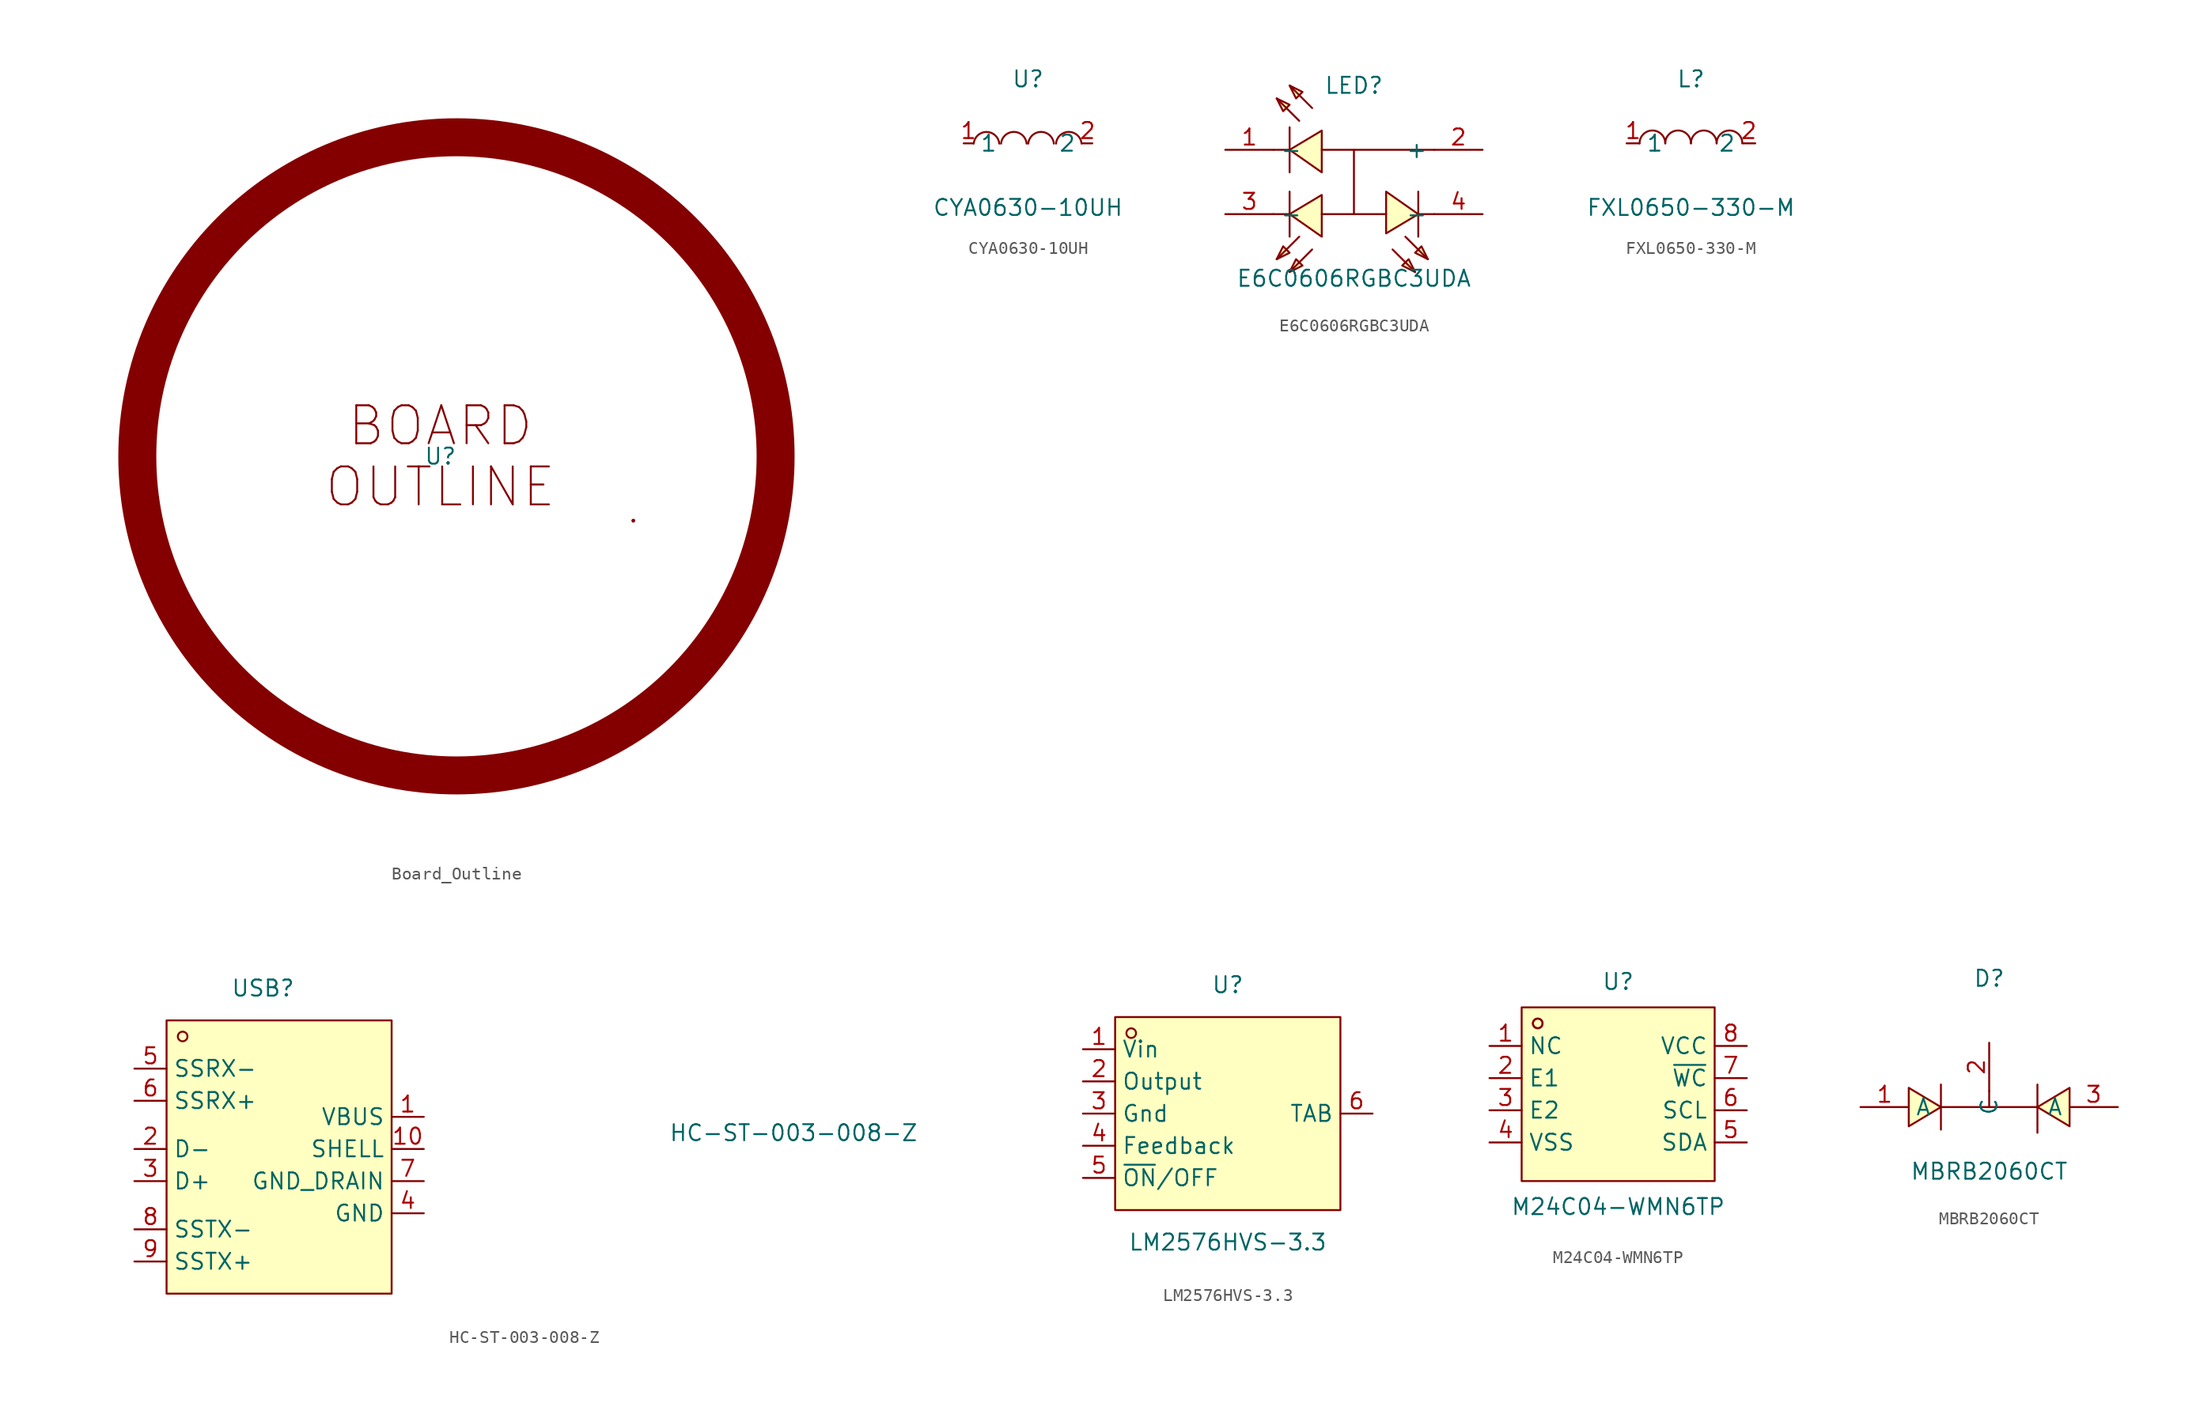
<source format=kicad_sym>
(kicad_symbol_lib
  (version 20220914)
  (generator kicad_symbol_editor)
  (symbol "Board_Outline"
    (property "Reference" "U"
      (at 0 0 0)
      (effects (font (size 1.27 1.27))))
    (property "Value" ""
      (at 0 0 0)
      (effects (font (size 1.27 1.27))))
    (symbol "Board_Outline_1_1"
      (circle (center 1.27 0) (radius 25.209) (stroke (width 3) (type default)) (fill (type none)))
      (circle (center 15.24 -5.08) (radius 0.0001) (stroke (width 0) (type default)) (fill (type none)))
      (text "BOARD\nOUTLINE" (at 0 0 0) (effects (font (size 3 3))))))
  (symbol "CYA0630-10UH"
    (property "Reference" "U"
      (at 0 5.08 0)
      (effects (font (size 1.27 1.27))))
    (property "Value" "CYA0630-10UH"
      (at 0 -5.08 0)
      (effects (font (size 1.27 1.27))))
    (symbol "CYA0630-10UH_0_1"
      (arc (start -2.27 -0.02) (mid -3.28 0.9027) (end -4.29 -0.02) (stroke (width 0) (type default)) (fill (type none)))
      (arc (start -0.11 -0.02) (mid -1.12 0.9071) (end -2.13 -0.02) (stroke (width 0) (type default)) (fill (type none)))
      (arc (start 2.04 -0.02) (mid 1.03 0.9071) (end 0.02 -0.02) (stroke (width 0) (type default)) (fill (type none)))
      (arc (start 4.23 -0.02) (mid 3.22 0.9071) (end 2.21 -0.02) (stroke (width 0) (type default)) (fill (type none)))
      (pin unspecified line (at -5.08 0 0) (length 0.762) (name "1" (effects (font (size 1.27 1.27)))) (number "1" (effects (font (size 1.27 1.27)))))
      (pin unspecified line (at 5.08 0 180) (length 0.762) (name "2" (effects (font (size 1.27 1.27)))) (number "2" (effects (font (size 1.27 1.27)))))))
  (symbol "E6C0606RGBC3UDA"
    (property "Reference" "LED"
      (at 0 7.62 0)
      (effects (font (size 1.27 1.27))))
    (property "Value" "E6C0606RGBC3UDA"
      (at 0 -7.62 0)
      (effects (font (size 1.27 1.27))))
    (symbol "E6C0606RGBC3UDA_0_1"
      (polyline (pts (xy -6.35 -2.54) (xy -5.08 -2.54)) (stroke (width 0) (type default)) (fill (type none)))
      (polyline (pts (xy -5.08 -0.76) (xy -5.08 -4.32)) (stroke (width 0) (type default)) (fill (type none)))
      (polyline (pts (xy -5.08 2.54) (xy -6.35 2.54)) (stroke (width 0) (type default)) (fill (type none)))
      (polyline (pts (xy -5.08 4.32) (xy -5.08 0.76)) (stroke (width 0) (type default)) (fill (type none)))
      (polyline (pts (xy -4.32 -4.32) (xy -6.1 -6.1)) (stroke (width 0) (type default)) (fill (type none)))
      (polyline (pts (xy -4.32 4.83) (xy -6.1 6.6)) (stroke (width 0) (type default)) (fill (type none)))
      (polyline (pts (xy -3.3 -5.33) (xy -5.08 -7.11)) (stroke (width 0) (type default)) (fill (type none)))
      (polyline (pts (xy -3.3 5.84) (xy -5.08 7.62)) (stroke (width 0) (type default)) (fill (type none)))
      (polyline (pts (xy 0 -2.54) (xy 0 2.54)) (stroke (width 0) (type default)) (fill (type none)))
      (polyline (pts (xy 2.54 -2.54) (xy -2.54 -2.54)) (stroke (width 0) (type default)) (fill (type none)))
      (polyline (pts (xy 3.05 -5.33) (xy 4.83 -7.11)) (stroke (width 0) (type default)) (fill (type none)))
      (polyline (pts (xy 4.06 -4.32) (xy 5.84 -6.1)) (stroke (width 0) (type default)) (fill (type none)))
      (polyline (pts (xy 5.08 -4.32) (xy 5.08 -0.76)) (stroke (width 0) (type default)) (fill (type none)))
      (polyline (pts (xy 6.35 -2.54) (xy 5.08 -2.54)) (stroke (width 0) (type default)) (fill (type none)))
      (polyline (pts (xy 6.35 2.54) (xy -2.54 2.54)) (stroke (width 0) (type default)) (fill (type none)))
      (polyline (pts (xy -6.1 -6.1) (xy -5.59 -5.08) (xy -5.08 -5.59) (xy -6.1 -6.1)) (stroke (width 0) (type default)) (fill (type background)))
      (polyline (pts (xy -6.1 6.6) (xy -5.08 6.1) (xy -5.59 5.59) (xy -6.1 6.6)) (stroke (width 0) (type default)) (fill (type background)))
      (polyline (pts (xy -5.08 -7.11) (xy -4.57 -6.1) (xy -4.06 -6.6) (xy -5.08 -7.11)) (stroke (width 0) (type default)) (fill (type background)))
      (polyline (pts (xy -5.08 7.62) (xy -4.06 7.11) (xy -4.57 6.6) (xy -5.08 7.62)) (stroke (width 0) (type default)) (fill (type background)))
      (polyline (pts (xy -2.54 -1.02) (xy -5.08 -2.54) (xy -2.54 -4.32) (xy -2.54 -1.02)) (stroke (width 0) (type default)) (fill (type background)))
      (polyline (pts (xy -2.54 4.06) (xy -5.08 2.54) (xy -2.54 0.76) (xy -2.54 4.06)) (stroke (width 0) (type default)) (fill (type background)))
      (polyline (pts (xy 2.54 -4.06) (xy 5.08 -2.54) (xy 2.54 -0.76) (xy 2.54 -4.06)) (stroke (width 0) (type default)) (fill (type background)))
      (polyline (pts (xy 4.83 -7.11) (xy 3.81 -6.6) (xy 4.32 -6.1) (xy 4.83 -7.11)) (stroke (width 0) (type default)) (fill (type background)))
      (polyline (pts (xy 5.84 -6.1) (xy 4.83 -5.59) (xy 5.33 -5.08) (xy 5.84 -6.1)) (stroke (width 0) (type default)) (fill (type background)))
      (pin unspecified line (at -10.16 2.54 0) (length 3.81) (name "-" (effects (font (size 1.27 1.27)))) (number "1" (effects (font (size 1.27 1.27)))))
      (pin unspecified line (at 10.16 2.54 180) (length 3.81) (name "+" (effects (font (size 1.27 1.27)))) (number "2" (effects (font (size 1.27 1.27)))))
      (pin unspecified line (at -10.16 -2.54 0) (length 3.81) (name "-" (effects (font (size 1.27 1.27)))) (number "3" (effects (font (size 1.27 1.27)))))
      (pin unspecified line (at 10.16 -2.54 180) (length 3.81) (name "-" (effects (font (size 1.27 1.27)))) (number "4" (effects (font (size 1.27 1.27)))))))
  (symbol "FXL0650-330-M"
    (property "Reference" "L"
      (at 0 5.08 0)
      (effects (font (size 1.27 1.27))))
    (property "Value" "FXL0650-330-M"
      (at 0 -5.08 0)
      (effects (font (size 1.27 1.27))))
    (symbol "FXL0650-330-M_0_1"
      (arc (start -2.03 0.01) (mid -3.055 1.013) (end -4.06 -0.01) (stroke (width 0) (type default)) (fill (type none)))
      (arc (start 0 0.01) (mid -1.025 1.013) (end -2.03 -0.01) (stroke (width 0) (type default)) (fill (type none)))
      (arc (start 2.03 0.01) (mid 1.005 1.013) (end 0 -0.01) (stroke (width 0) (type default)) (fill (type none)))
      (arc (start 4.06 0.01) (mid 3.035 1.013) (end 2.03 -0.01) (stroke (width 0) (type default)) (fill (type none)))
      (pin unspecified line (at -5.08 0 0) (length 1.016) (name "1" (effects (font (size 1.27 1.27)))) (number "1" (effects (font (size 1.27 1.27)))))
      (pin unspecified line (at 5.08 0 180) (length 1.016) (name "2" (effects (font (size 1.27 1.27)))) (number "2" (effects (font (size 1.27 1.27)))))))
  (symbol "HC-ST-003-008-Z"
    (property "Reference" "USB"
      (at 0 17.78 0)
      (effects (font (size 1.27 1.27))))
    (property "Value" "HC-ST-003-008-Z"
      (at 41.91 6.35 0)
      (effects (font (size 1.27 1.27))))
    (symbol "HC-ST-003-008-Z_0_1"
      (rectangle (start -7.62 15.24) (end 10.16 -6.35) (stroke (width 0) (type default)) (fill (type background)))
      (circle (center -6.35 13.97) (radius 0.38) (stroke (width 0) (type default)) (fill (type none)))
      (pin unspecified line (at 12.7 7.62 180) (length 2.54) (name "VBUS" (effects (font (size 1.27 1.27)))) (number "1" (effects (font (size 1.27 1.27)))))
      (pin unspecified line (at 12.7 5.08 180) (length 2.54) (name "SHELL" (effects (font (size 1.27 1.27)))) (number "10" (effects (font (size 1.27 1.27)))))
      (pin unspecified line (at -10.16 5.08 0) (length 2.54) (name "D-" (effects (font (size 1.27 1.27)))) (number "2" (effects (font (size 1.27 1.27)))))
      (pin unspecified line (at -10.16 2.54 0) (length 2.54) (name "D+" (effects (font (size 1.27 1.27)))) (number "3" (effects (font (size 1.27 1.27)))))
      (pin unspecified line (at 12.7 0 180) (length 2.54) (name "GND" (effects (font (size 1.27 1.27)))) (number "4" (effects (font (size 1.27 1.27)))))
      (pin unspecified line (at -10.16 11.43 0) (length 2.54) (name "SSRX-" (effects (font (size 1.27 1.27)))) (number "5" (effects (font (size 1.27 1.27)))))
      (pin unspecified line (at -10.16 8.89 0) (length 2.54) (name "SSRX+" (effects (font (size 1.27 1.27)))) (number "6" (effects (font (size 1.27 1.27)))))
      (pin unspecified line (at 12.7 2.54 180) (length 2.54) (name "GND_DRAIN" (effects (font (size 1.27 1.27)))) (number "7" (effects (font (size 1.27 1.27)))))
      (pin unspecified line (at -10.16 -1.27 0) (length 2.54) (name "SSTX-" (effects (font (size 1.27 1.27)))) (number "8" (effects (font (size 1.27 1.27)))))
      (pin unspecified line (at -10.16 -3.81 0) (length 2.54) (name "SSTX+" (effects (font (size 1.27 1.27)))) (number "9" (effects (font (size 1.27 1.27)))))))
  (symbol "LM2576HVS-3.3"
    (property "Reference" "U"
      (at 0 10.16 0)
      (effects (font (size 1.27 1.27))))
    (property "Value" "LM2576HVS-3.3"
      (at 0 -10.16 0)
      (effects (font (size 1.27 1.27))))
    (symbol "LM2576HVS-3.3_0_1"
      (rectangle (start -8.89 7.62) (end 8.89 -7.62) (stroke (width 0) (type default)) (fill (type background)))
      (circle (center -7.62 6.35) (radius 0.38) (stroke (width 0) (type default)) (fill (type none)))
      (pin unspecified line (at -11.43 5.08 0) (length 2.54) (name "Vin" (effects (font (size 1.27 1.27)))) (number "1" (effects (font (size 1.27 1.27)))))
      (pin unspecified line (at -11.43 2.54 0) (length 2.54) (name "Output" (effects (font (size 1.27 1.27)))) (number "2" (effects (font (size 1.27 1.27)))))
      (pin unspecified line (at -11.43 0 0) (length 2.54) (name "Gnd" (effects (font (size 1.27 1.27)))) (number "3" (effects (font (size 1.27 1.27)))))
      (pin unspecified line (at -11.43 -2.54 0) (length 2.54) (name "Feedback" (effects (font (size 1.27 1.27)))) (number "4" (effects (font (size 1.27 1.27)))))
      (pin unspecified line (at -11.43 -5.08 0) (length 2.54) (name "~{ON}/OFF" (effects (font (size 1.27 1.27)))) (number "5" (effects (font (size 1.27 1.27)))))
      (pin unspecified line (at 11.43 0 180) (length 2.54) (name "TAB" (effects (font (size 1.27 1.27)))) (number "6" (effects (font (size 1.27 1.27)))))))
  (symbol "M24C04-WMN6TP"
    (property "Reference" "U"
      (at 0 8.89 0)
      (effects (font (size 1.27 1.27))))
    (property "Value" "M24C04-WMN6TP"
      (at 0 -8.89 0)
      (effects (font (size 1.27 1.27))))
    (symbol "M24C04-WMN6TP_0_1"
      (rectangle (start -7.62 6.86) (end 7.62 -6.86) (stroke (width 0) (type default)) (fill (type background)))
      (circle (center -6.35 5.59) (radius 0.38) (stroke (width 0) (type default)) (fill (type none)))
      (circle (center -6.35 5.59) (radius 0.38) (stroke (width 0) (type default)) (fill (type none)))
      (pin unspecified line (at -10.16 3.81 0) (length 2.54) (name "NC" (effects (font (size 1.27 1.27)))) (number "1" (effects (font (size 1.27 1.27)))))
      (pin unspecified line (at -10.16 1.27 0) (length 2.54) (name "E1" (effects (font (size 1.27 1.27)))) (number "2" (effects (font (size 1.27 1.27)))))
      (pin unspecified line (at -10.16 -1.27 0) (length 2.54) (name "E2" (effects (font (size 1.27 1.27)))) (number "3" (effects (font (size 1.27 1.27)))))
      (pin unspecified line (at -10.16 -3.81 0) (length 2.54) (name "VSS" (effects (font (size 1.27 1.27)))) (number "4" (effects (font (size 1.27 1.27)))))
      (pin unspecified line (at 10.16 -3.81 180) (length 2.54) (name "SDA" (effects (font (size 1.27 1.27)))) (number "5" (effects (font (size 1.27 1.27)))))
      (pin unspecified line (at 10.16 -1.27 180) (length 2.54) (name "SCL" (effects (font (size 1.27 1.27)))) (number "6" (effects (font (size 1.27 1.27)))))
      (pin unspecified line (at 10.16 1.27 180) (length 2.54) (name "~{WC}" (effects (font (size 1.27 1.27)))) (number "7" (effects (font (size 1.27 1.27)))))
      (pin unspecified line (at 10.16 3.81 180) (length 2.54) (name "VCC" (effects (font (size 1.27 1.27)))) (number "8" (effects (font (size 1.27 1.27)))))))
  (symbol "MBRB2060CT"
    (property "Reference" "D"
      (at 0 10.16 0)
      (effects (font (size 1.27 1.27))))
    (property "Value" "MBRB2060CT"
      (at 0 -5.08 0)
      (effects (font (size 1.27 1.27))))
    (symbol "MBRB2060CT_0_1"
      (polyline (pts (xy -6.35 -1.52) (xy -3.81 0) (xy -6.35 1.52) (xy -6.35 -1.52)) (stroke (width 0) (type default)) (fill (type background)))
      (polyline (pts (xy -3.81 0) (xy 1.27 0) (xy 2.29 0) (xy 3.81 0)) (stroke (width 0) (type default)) (fill (type none)))
      (polyline (pts (xy 6.35 1.52) (xy 3.81 0) (xy 6.35 -1.52) (xy 6.35 1.52)) (stroke (width 0) (type default)) (fill (type background)))
      (polyline (pts (xy -3.81 -1.27) (xy -3.81 -1.78) (xy -3.81 -1.78) (xy -3.81 1.78) (xy -3.81 1.52) (xy -3.81 1.52)) (stroke (width 0) (type default)) (fill (type none)))
      (polyline (pts (xy 0 0.51) (xy 0 0) (xy 0 1.27) (xy 0 1.27) (xy 0 1.02) (xy 0 1.02)) (stroke (width 0) (type default)) (fill (type none)))
      (polyline (pts (xy 3.81 -1.52) (xy 3.81 -2.03) (xy 3.81 -2.03) (xy 3.81 1.78) (xy 3.81 1.78) (xy 3.81 1.27)) (stroke (width 0) (type default)) (fill (type none)))
      (pin unspecified line (at -10.16 0 0) (length 3.81) (name "A" (effects (font (size 1.27 1.27)))) (number "1" (effects (font (size 1.27 1.27)))))
      (pin unspecified line (at 0 5.08 270) (length 3.81) (name "C" (effects (font (size 1.27 1.27)))) (number "2" (effects (font (size 1.27 1.27)))))
      (pin unspecified line (at 10.16 0 180) (length 3.81) (name "A" (effects (font (size 1.27 1.27)))) (number "3" (effects (font (size 1.27 1.27))))))))
</source>
